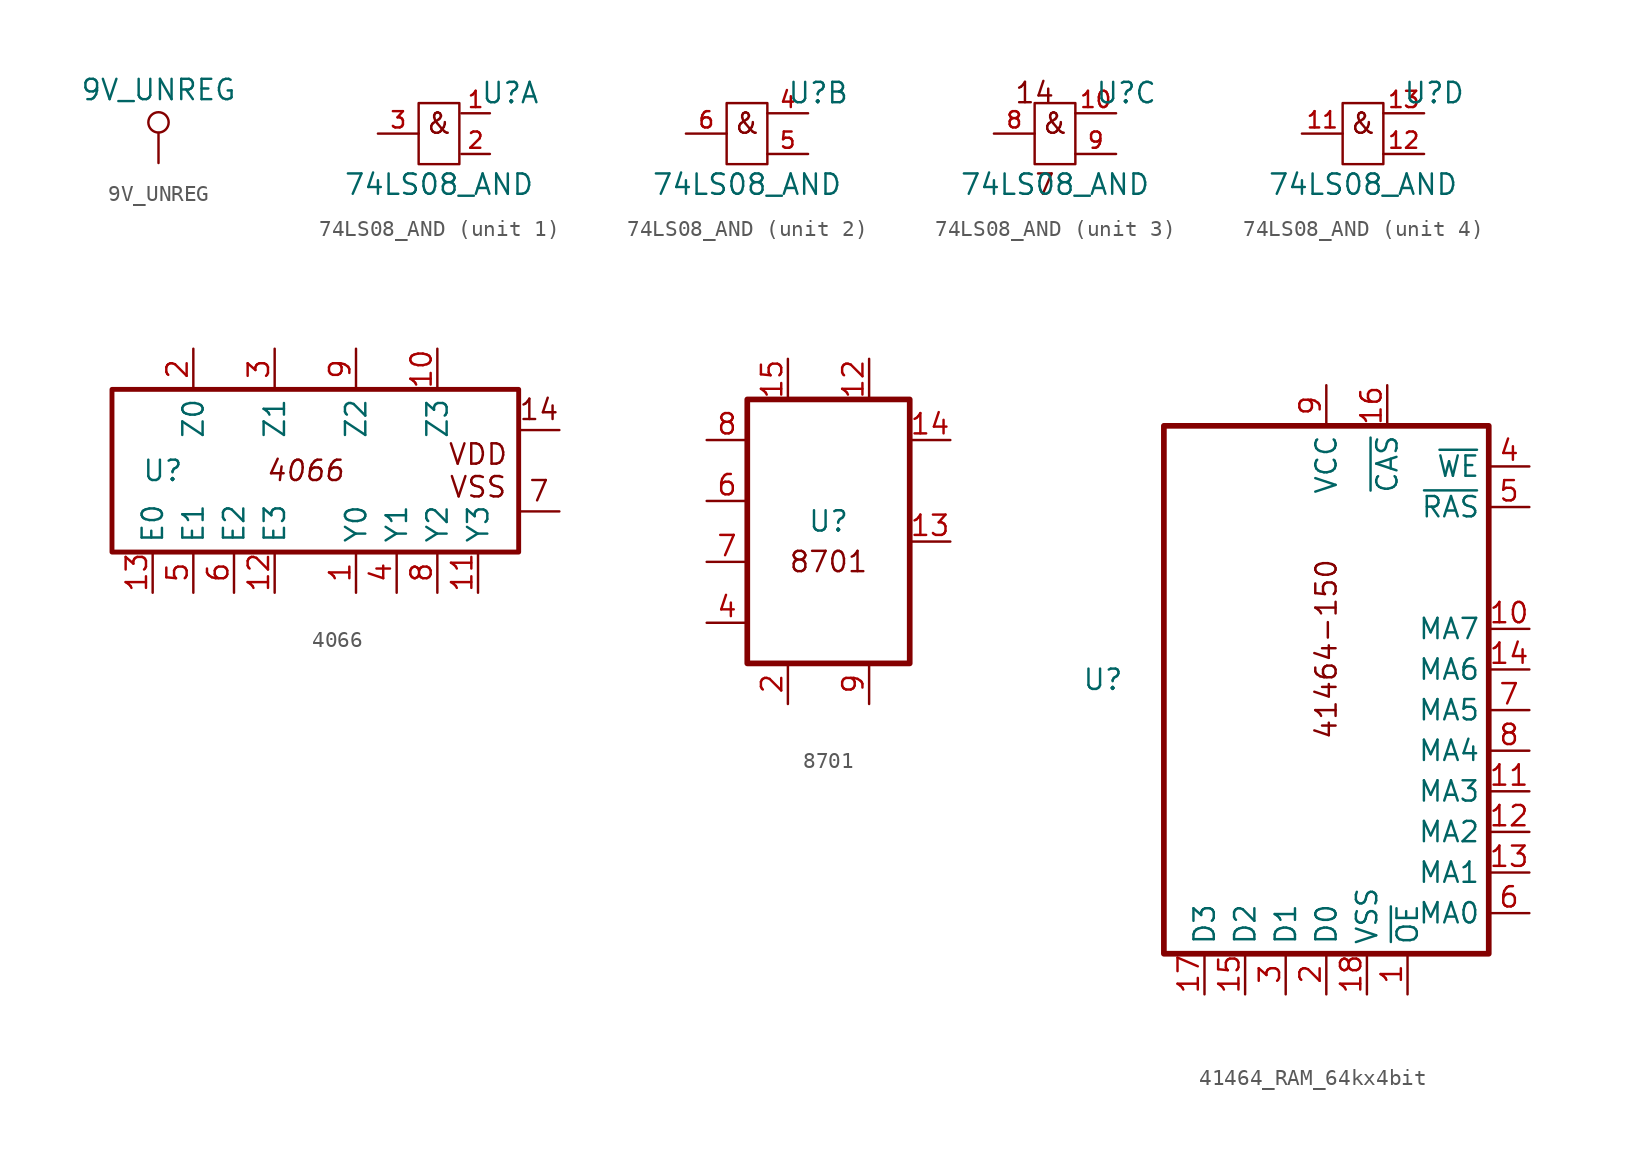
<source format=kicad_sym>
(kicad_symbol_lib
  (version 20220914)
  (generator kicad_symbol_editor)
  (symbol "9V_UNREG"
    (power)
    (property "Reference" "#PWR"
      (at 0 0 0)
      (effects (font (size 1.27 1.27)) hide))
    (property "Value" "9V_UNREG"
      (at 0 4.572 0)
      (effects (font (size 1.27 1.27))))
    (symbol "9V_UNREG_0_1"
      (polyline (pts (xy 0 0) (xy 0 1.88)) (stroke (width 0) (type solid)) (fill (type none)))
      (circle (center 0 2.54) (radius 0.635) (stroke (width 0) (type solid)) (fill (type none))))
    (symbol "9V_UNREG_1_1"
      (pin power_in line (at 0 0 0) (length 0) hide (name "+9V_UNREG" (effects (font (size 1.27 1.27)))) (number "1" (effects (font (size 1.016 1.016)))))))
  (symbol "74LS08_AND"
    (property "Reference" "U"
      (at 4.445 2.54 0)
      (effects (font (size 1.27 1.27))))
    (property "Value" "74LS08_AND"
      (at 0 -3.175 0)
      (effects (font (size 1.27 1.27))))
    (property "ki_locked" ""
      (at 0 0 0)
      (effects (font (size 1.27 1.27))))
    (symbol "74LS08_AND_0_0"
      (text "&" (at 0 0.635 0) (effects (font (size 1.27 1.27)))))
    (symbol "74LS08_AND_1_1"
      (rectangle (start -1.27 1.905) (end 1.27 -1.905) (stroke (width 0) (type default)) (fill (type none)))
      (pin input line (at 3.175 1.27 180) (length 1.778) (name "" (effects (font (size 1.27 1.27)))) (number "1" (effects (font (size 1.016 1.016)))))
      (pin input line (at 3.175 -1.27 180) (length 1.778) (name "" (effects (font (size 1.27 1.27)))) (number "2" (effects (font (size 1.016 1.016)))))
      (pin output line (at -3.81 0 0) (length 2.54) (name "" (effects (font (size 1.27 1.27)))) (number "3" (effects (font (size 1.016 1.016))))))
    (symbol "74LS08_AND_2_1"
      (rectangle (start -1.27 1.905) (end 1.27 -1.905) (stroke (width 0) (type default)) (fill (type none)))
      (pin input line (at 3.81 1.27 180) (length 2.54) (name "" (effects (font (size 1.27 1.27)))) (number "4" (effects (font (size 1.016 1.016)))))
      (pin input line (at 3.81 -1.27 180) (length 2.54) (name "" (effects (font (size 1.27 1.27)))) (number "5" (effects (font (size 1.016 1.016)))))
      (pin output line (at -3.81 0 0) (length 2.54) (name "" (effects (font (size 1.27 1.27)))) (number "6" (effects (font (size 1.016 1.016))))))
    (symbol "74LS08_AND_3_1"
      (rectangle (start -1.27 1.905) (end 1.27 -1.905) (stroke (width 0) (type default)) (fill (type none)))
      (text "14" (at -1.27 2.54 0) (effects (font (size 1.27 1.27))))
      (text "7" (at -0.635 -3.175 0) (effects (font (size 1.27 1.27))))
      (pin input line (at 3.81 1.27 180) (length 2.54) (name "" (effects (font (size 1.27 1.27)))) (number "10" (effects (font (size 1.016 1.016)))))
      (pin input line (at 0 1.905 180) (length 2.54) hide (name "VDD" (effects (font (size 1.27 1.27)))) (number "14" (effects (font (size 1.016 1.016)))))
      (pin input line (at 0 -1.905 180) (length 2.54) hide (name "VSS" (effects (font (size 1.27 1.27)))) (number "7" (effects (font (size 1.016 1.016)))))
      (pin output line (at -3.81 0 0) (length 2.54) (name "" (effects (font (size 1.27 1.27)))) (number "8" (effects (font (size 1.016 1.016)))))
      (pin input line (at 3.81 -1.27 180) (length 2.54) (name "" (effects (font (size 1.27 1.27)))) (number "9" (effects (font (size 1.016 1.016))))))
    (symbol "74LS08_AND_4_1"
      (rectangle (start -1.27 1.905) (end 1.27 -1.905) (stroke (width 0) (type default)) (fill (type none)))
      (pin output line (at -3.81 0 0) (length 2.54) (name "" (effects (font (size 1.27 1.27)))) (number "11" (effects (font (size 1.016 1.016)))))
      (pin input line (at 3.81 -1.27 180) (length 2.54) (name "" (effects (font (size 1.27 1.27)))) (number "12" (effects (font (size 1.016 1.016)))))
      (pin input line (at 3.81 1.27 180) (length 2.54) (name "" (effects (font (size 1.27 1.27)))) (number "13" (effects (font (size 1.016 1.016)))))))
  (symbol "4066"
    (property "Reference" "U"
      (at -9.525 0 0)
      (effects (font (size 1.27 1.27))))
    (property "Value" ""
      (at 0 0 0)
      (effects (font (size 1.27 1.27))))
    (symbol "4066_0_0"
      (text "14" (at 13.97 3.81 0) (effects (font (size 1.27 1.27))))
      (text "4066" (at -0.635 0 0) (effects (font (size 1.27 1.27) italic)))
      (text "7" (at 13.97 -1.27 0) (effects (font (size 1.27 1.27))))
      (text "VDD\nVSS" (at 10.16 0 0) (effects (font (size 1.27 1.27)))))
    (symbol "4066_0_1"
      (rectangle (start -12.7 5.08) (end 12.7 -5.08) (stroke (width 0.305) (type solid)) (fill (type none)))
      (polyline (pts (xy 12.7 -2.54) (xy 15.24 -2.54)) (stroke (width 0) (type default)) (fill (type none)))
      (polyline (pts (xy 12.7 2.54) (xy 15.24 2.54)) (stroke (width 0) (type default)) (fill (type none))))
    (symbol "4066_1_1"
      (pin input line (at 2.54 -7.62 90) (length 2.54) (name "Y0" (effects (font (size 1.27 1.27)))) (number "1" (effects (font (size 1.27 1.27)))))
      (pin input line (at 7.62 7.62 270) (length 2.54) (name "Z3" (effects (font (size 1.27 1.27)))) (number "10" (effects (font (size 1.27 1.27)))))
      (pin input line (at 10.16 -7.62 90) (length 2.54) (name "Y3" (effects (font (size 1.27 1.27)))) (number "11" (effects (font (size 1.27 1.27)))))
      (pin input line (at -2.54 -7.62 90) (length 2.54) (name "E3" (effects (font (size 1.27 1.27)))) (number "12" (effects (font (size 1.27 1.27)))))
      (pin input line (at -10.16 -7.62 90) (length 2.54) (name "E0" (effects (font (size 1.27 1.27)))) (number "13" (effects (font (size 1.27 1.27)))))
      (pin input line (at 15.24 2.54 180) (length 2.54) hide (name "VDD" (effects (font (size 1.27 1.27)))) (number "14" (effects (font (size 1.27 1.27)))))
      (pin input line (at -7.62 7.62 270) (length 2.54) (name "Z0" (effects (font (size 1.27 1.27)))) (number "2" (effects (font (size 1.27 1.27)))))
      (pin input line (at -2.54 7.62 270) (length 2.54) (name "Z1" (effects (font (size 1.27 1.27)))) (number "3" (effects (font (size 1.27 1.27)))))
      (pin input line (at 5.08 -7.62 90) (length 2.54) (name "Y1" (effects (font (size 1.27 1.27)))) (number "4" (effects (font (size 1.27 1.27)))))
      (pin input line (at -7.62 -7.62 90) (length 2.54) (name "E1" (effects (font (size 1.27 1.27)))) (number "5" (effects (font (size 1.27 1.27)))))
      (pin input line (at -5.08 -7.62 90) (length 2.54) (name "E2" (effects (font (size 1.27 1.27)))) (number "6" (effects (font (size 1.27 1.27)))))
      (pin input line (at 15.24 -2.54 180) (length 2.54) hide (name "VSS" (effects (font (size 1.27 1.27)))) (number "7" (effects (font (size 1.27 1.27)))))
      (pin input line (at 7.62 -7.62 90) (length 2.54) (name "Y2" (effects (font (size 1.27 1.27)))) (number "8" (effects (font (size 1.27 1.27)))))
      (pin input line (at 2.54 7.62 270) (length 2.54) (name "Z2" (effects (font (size 1.27 1.27)))) (number "9" (effects (font (size 1.27 1.27)))))))
  (symbol "8701"
    (property "Reference" "U"
      (at 0 0 0)
      (effects (font (size 1.27 1.27))))
    (property "Value" ""
      (at 0 0 0)
      (effects (font (size 1.27 1.27))))
    (symbol "8701_0_0"
      (text "8701" (at 0 -2.54 0) (effects (font (size 1.27 1.27)))))
    (symbol "8701_0_1"
      (rectangle (start -5.08 7.62) (end 5.08 -8.89) (stroke (width 0.356) (type default)) (fill (type none))))
    (symbol "8701_1_1"
      (pin input line (at 2.54 10.16 270) (length 2.54) (name "" (effects (font (size 1.27 1.27)))) (number "12" (effects (font (size 1.27 1.27)))))
      (pin input line (at 7.62 -1.27 180) (length 2.54) (name "" (effects (font (size 1.27 1.27)))) (number "13" (effects (font (size 1.27 1.27)))))
      (pin input line (at 7.62 5.08 180) (length 2.54) (name "" (effects (font (size 1.27 1.27)))) (number "14" (effects (font (size 1.27 1.27)))))
      (pin input line (at -2.54 10.16 270) (length 2.54) (name "" (effects (font (size 1.27 1.27)))) (number "15" (effects (font (size 1.27 1.27)))))
      (pin input line (at -2.54 -11.43 90) (length 2.54) (name "" (effects (font (size 1.27 1.27)))) (number "2" (effects (font (size 1.27 1.27)))))
      (pin input line (at -7.62 -6.35 0) (length 2.54) (name "" (effects (font (size 1.27 1.27)))) (number "4" (effects (font (size 1.27 1.27)))))
      (pin input line (at -7.62 1.27 0) (length 2.54) (name "" (effects (font (size 1.27 1.27)))) (number "6" (effects (font (size 1.27 1.27)))))
      (pin input line (at -7.62 -2.54 0) (length 2.54) (name "" (effects (font (size 1.27 1.27)))) (number "7" (effects (font (size 1.27 1.27)))))
      (pin input line (at -7.62 5.08 0) (length 2.54) (name "" (effects (font (size 1.27 1.27)))) (number "8" (effects (font (size 1.27 1.27)))))
      (pin input line (at 2.54 -11.43 90) (length 2.54) (name "" (effects (font (size 1.27 1.27)))) (number "9" (effects (font (size 1.27 1.27)))))))
  (symbol "41464_RAM_64kx4bit"
    (property "Reference" "U"
      (at -13.97 0.635 0)
      (effects (font (size 1.27 1.27))))
    (property "Value" ""
      (at 0 2.54 0)
      (effects (font (size 1.27 1.27))))
    (symbol "41464_RAM_64kx4bit_0_0"
      (text "41464-150" (at 0 2.54 900) (effects (font (size 1.27 1.27)))))
    (symbol "41464_RAM_64kx4bit_0_1"
      (rectangle (start -10.16 16.51) (end 10.16 -16.51) (stroke (width 0.356) (type default)) (fill (type none))))
    (symbol "41464_RAM_64kx4bit_1_1"
      (pin input line (at 5.08 -19.05 90) (length 2.54) (name "~{OE}" (effects (font (size 1.27 1.27)))) (number "1" (effects (font (size 1.27 1.27)))))
      (pin input line (at 12.7 3.81 180) (length 2.54) (name "MA7" (effects (font (size 1.27 1.27)))) (number "10" (effects (font (size 1.27 1.27)))))
      (pin input line (at 12.7 -6.35 180) (length 2.54) (name "MA3" (effects (font (size 1.27 1.27)))) (number "11" (effects (font (size 1.27 1.27)))))
      (pin input line (at 12.7 -8.89 180) (length 2.54) (name "MA2" (effects (font (size 1.27 1.27)))) (number "12" (effects (font (size 1.27 1.27)))))
      (pin input line (at 12.7 -11.43 180) (length 2.54) (name "MA1" (effects (font (size 1.27 1.27)))) (number "13" (effects (font (size 1.27 1.27)))))
      (pin input line (at 12.7 1.27 180) (length 2.54) (name "MA6" (effects (font (size 1.27 1.27)))) (number "14" (effects (font (size 1.27 1.27)))))
      (pin input line (at -5.08 -19.05 90) (length 2.54) (name "D2" (effects (font (size 1.27 1.27)))) (number "15" (effects (font (size 1.27 1.27)))))
      (pin input line (at 3.81 19.05 270) (length 2.54) (name "~{CAS}" (effects (font (size 1.27 1.27)))) (number "16" (effects (font (size 1.27 1.27)))))
      (pin input line (at -7.62 -19.05 90) (length 2.54) (name "D3" (effects (font (size 1.27 1.27)))) (number "17" (effects (font (size 1.27 1.27)))))
      (pin input line (at 2.54 -19.05 90) (length 2.54) (name "VSS" (effects (font (size 1.27 1.27)))) (number "18" (effects (font (size 1.27 1.27)))))
      (pin input line (at 0 -19.05 90) (length 2.54) (name "D0" (effects (font (size 1.27 1.27)))) (number "2" (effects (font (size 1.27 1.27)))))
      (pin input line (at -2.54 -19.05 90) (length 2.54) (name "D1" (effects (font (size 1.27 1.27)))) (number "3" (effects (font (size 1.27 1.27)))))
      (pin input line (at 12.7 13.97 180) (length 2.54) (name "~{WE}" (effects (font (size 1.27 1.27)))) (number "4" (effects (font (size 1.27 1.27)))))
      (pin input line (at 12.7 11.43 180) (length 2.54) (name "~{RAS}" (effects (font (size 1.27 1.27)))) (number "5" (effects (font (size 1.27 1.27)))))
      (pin input line (at 12.7 -13.97 180) (length 2.54) (name "MA0" (effects (font (size 1.27 1.27)))) (number "6" (effects (font (size 1.27 1.27)))))
      (pin input line (at 12.7 -1.27 180) (length 2.54) (name "MA5" (effects (font (size 1.27 1.27)))) (number "7" (effects (font (size 1.27 1.27)))))
      (pin input line (at 12.7 -3.81 180) (length 2.54) (name "MA4" (effects (font (size 1.27 1.27)))) (number "8" (effects (font (size 1.27 1.27)))))
      (pin input line (at 0 19.05 270) (length 2.54) (name "VCC" (effects (font (size 1.27 1.27)))) (number "9" (effects (font (size 1.27 1.27))))))))
</source>
